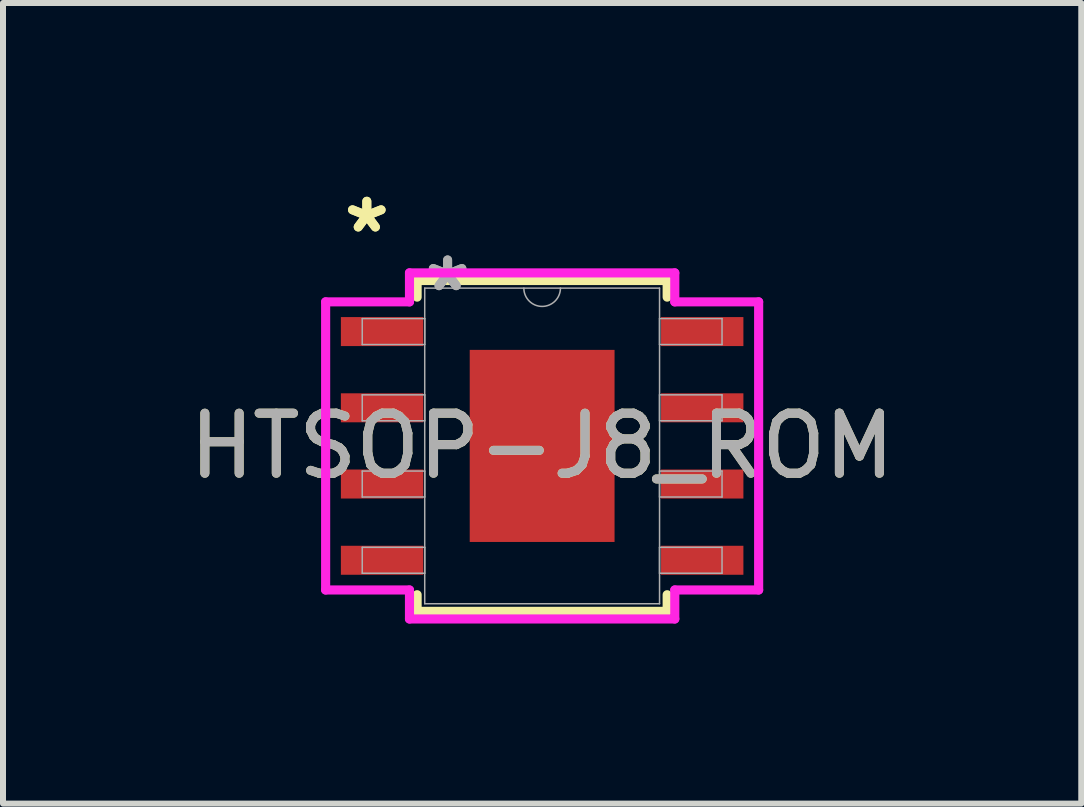
<source format=kicad_pcb>
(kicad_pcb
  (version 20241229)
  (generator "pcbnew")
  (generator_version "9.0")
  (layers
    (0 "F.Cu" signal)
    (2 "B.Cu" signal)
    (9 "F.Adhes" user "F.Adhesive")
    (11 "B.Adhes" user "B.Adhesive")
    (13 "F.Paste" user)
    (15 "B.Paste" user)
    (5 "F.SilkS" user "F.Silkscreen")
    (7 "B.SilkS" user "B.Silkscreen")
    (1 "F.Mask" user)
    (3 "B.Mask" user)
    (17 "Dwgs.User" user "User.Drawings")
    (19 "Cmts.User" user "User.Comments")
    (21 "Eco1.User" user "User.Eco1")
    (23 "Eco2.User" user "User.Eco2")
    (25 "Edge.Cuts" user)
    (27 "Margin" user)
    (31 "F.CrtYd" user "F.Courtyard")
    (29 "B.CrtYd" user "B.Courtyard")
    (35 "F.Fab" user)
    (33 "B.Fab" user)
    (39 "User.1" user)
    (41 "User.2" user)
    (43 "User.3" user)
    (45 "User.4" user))
  (footprint "HTSOP-J8_ROM"
    (layer "F.Cu")
    (at 5.982 4.379)
    (property "Reference" "HTSOP-J8_ROM" (at 0 0 0) (unlocked yes) (layer "F.SilkS") (effects (font (size 1 1) (thickness 0.15))))
    (attr smd)
    (fp_line (start -2.083 -2.756) (end -2.083 -2.479) (stroke (width 0.152) (type solid)) (layer "F.SilkS"))
    (fp_line (start -2.083 2.479) (end -2.083 2.756) (stroke (width 0.152) (type solid)) (layer "F.SilkS"))
    (fp_line (start -2.083 2.756) (end 2.083 2.756) (stroke (width 0.152) (type solid)) (layer "F.SilkS"))
    (fp_line (start 2.083 -2.756) (end -2.083 -2.756) (stroke (width 0.152) (type solid)) (layer "F.SilkS"))
    (fp_line (start 2.083 -2.479) (end 2.083 -2.756) (stroke (width 0.152) (type solid)) (layer "F.SilkS"))
    (fp_line (start 2.083 2.756) (end 2.083 2.479) (stroke (width 0.152) (type solid)) (layer "F.SilkS"))
    (fp_poly (pts (xy -1.107 -1.5) (xy -1.107 -0.1) (xy 1.107 -0.1) (xy 1.107 -1.5)) (stroke (width 0) (type solid)) (fill yes) (layer "F.Paste"))
    (fp_poly (pts (xy -1.107 0.1) (xy -1.107 1.5) (xy 1.107 1.5) (xy 1.107 0.1)) (stroke (width 0) (type solid)) (fill yes) (layer "F.Paste"))
    (fp_line (start -3.607 -2.4) (end -2.21 -2.4) (stroke (width 0.152) (type solid)) (layer "F.CrtYd"))
    (fp_line (start -3.607 2.4) (end -3.607 -2.4) (stroke (width 0.152) (type solid)) (layer "F.CrtYd"))
    (fp_line (start -3.607 2.4) (end -2.21 2.4) (stroke (width 0.152) (type solid)) (layer "F.CrtYd"))
    (fp_line (start -2.21 -2.883) (end 2.21 -2.883) (stroke (width 0.152) (type solid)) (layer "F.CrtYd"))
    (fp_line (start -2.21 -2.4) (end -2.21 -2.883) (stroke (width 0.152) (type solid)) (layer "F.CrtYd"))
    (fp_line (start -2.21 2.883) (end -2.21 2.4) (stroke (width 0.152) (type solid)) (layer "F.CrtYd"))
    (fp_line (start 2.21 -2.883) (end 2.21 -2.4) (stroke (width 0.152) (type solid)) (layer "F.CrtYd"))
    (fp_line (start 2.21 2.4) (end 2.21 2.883) (stroke (width 0.152) (type solid)) (layer "F.CrtYd"))
    (fp_line (start 2.21 2.883) (end -2.21 2.883) (stroke (width 0.152) (type solid)) (layer "F.CrtYd"))
    (fp_line (start 3.607 -2.4) (end 2.21 -2.4) (stroke (width 0.152) (type solid)) (layer "F.CrtYd"))
    (fp_line (start 3.607 -2.4) (end 3.607 2.4) (stroke (width 0.152) (type solid)) (layer "F.CrtYd"))
    (fp_line (start 3.607 2.4) (end 2.21 2.4) (stroke (width 0.152) (type solid)) (layer "F.CrtYd"))
    (fp_line (start -2.997 -2.121) (end -2.997 -1.689) (stroke (width 0.025) (type solid)) (layer "F.Fab"))
    (fp_line (start -2.997 -1.689) (end -1.956 -1.689) (stroke (width 0.025) (type solid)) (layer "F.Fab"))
    (fp_line (start -2.997 -0.851) (end -2.997 -0.419) (stroke (width 0.025) (type solid)) (layer "F.Fab"))
    (fp_line (start -2.997 -0.419) (end -1.956 -0.419) (stroke (width 0.025) (type solid)) (layer "F.Fab"))
    (fp_line (start -2.997 0.419) (end -2.997 0.851) (stroke (width 0.025) (type solid)) (layer "F.Fab"))
    (fp_line (start -2.997 0.851) (end -1.956 0.851) (stroke (width 0.025) (type solid)) (layer "F.Fab"))
    (fp_line (start -2.997 1.689) (end -2.997 2.121) (stroke (width 0.025) (type solid)) (layer "F.Fab"))
    (fp_line (start -2.997 2.121) (end -1.956 2.121) (stroke (width 0.025) (type solid)) (layer "F.Fab"))
    (fp_line (start -1.956 -2.629) (end -1.956 2.629) (stroke (width 0.025) (type solid)) (layer "F.Fab"))
    (fp_line (start -1.956 -2.121) (end -2.997 -2.121) (stroke (width 0.025) (type solid)) (layer "F.Fab"))
    (fp_line (start -1.956 -1.689) (end -1.956 -2.121) (stroke (width 0.025) (type solid)) (layer "F.Fab"))
    (fp_line (start -1.956 -0.851) (end -2.997 -0.851) (stroke (width 0.025) (type solid)) (layer "F.Fab"))
    (fp_line (start -1.956 -0.419) (end -1.956 -0.851) (stroke (width 0.025) (type solid)) (layer "F.Fab"))
    (fp_line (start -1.956 0.419) (end -2.997 0.419) (stroke (width 0.025) (type solid)) (layer "F.Fab"))
    (fp_line (start -1.956 0.851) (end -1.956 0.419) (stroke (width 0.025) (type solid)) (layer "F.Fab"))
    (fp_line (start -1.956 1.689) (end -2.997 1.689) (stroke (width 0.025) (type solid)) (layer "F.Fab"))
    (fp_line (start -1.956 2.121) (end -1.956 1.689) (stroke (width 0.025) (type solid)) (layer "F.Fab"))
    (fp_line (start -1.956 2.629) (end 1.956 2.629) (stroke (width 0.025) (type solid)) (layer "F.Fab"))
    (fp_line (start 1.956 -2.629) (end -1.956 -2.629) (stroke (width 0.025) (type solid)) (layer "F.Fab"))
    (fp_line (start 1.956 -2.121) (end 1.956 -1.689) (stroke (width 0.025) (type solid)) (layer "F.Fab"))
    (fp_line (start 1.956 -1.689) (end 2.997 -1.689) (stroke (width 0.025) (type solid)) (layer "F.Fab"))
    (fp_line (start 1.956 -0.851) (end 1.956 -0.419) (stroke (width 0.025) (type solid)) (layer "F.Fab"))
    (fp_line (start 1.956 -0.419) (end 2.997 -0.419) (stroke (width 0.025) (type solid)) (layer "F.Fab"))
    (fp_line (start 1.956 0.419) (end 1.956 0.851) (stroke (width 0.025) (type solid)) (layer "F.Fab"))
    (fp_line (start 1.956 0.851) (end 2.997 0.851) (stroke (width 0.025) (type solid)) (layer "F.Fab"))
    (fp_line (start 1.956 1.689) (end 1.956 2.121) (stroke (width 0.025) (type solid)) (layer "F.Fab"))
    (fp_line (start 1.956 2.121) (end 2.997 2.121) (stroke (width 0.025) (type solid)) (layer "F.Fab"))
    (fp_line (start 1.956 2.629) (end 1.956 -2.629) (stroke (width 0.025) (type solid)) (layer "F.Fab"))
    (fp_line (start 2.997 -2.121) (end 1.956 -2.121) (stroke (width 0.025) (type solid)) (layer "F.Fab"))
    (fp_line (start 2.997 -1.689) (end 2.997 -2.121) (stroke (width 0.025) (type solid)) (layer "F.Fab"))
    (fp_line (start 2.997 -0.851) (end 1.956 -0.851) (stroke (width 0.025) (type solid)) (layer "F.Fab"))
    (fp_line (start 2.997 -0.419) (end 2.997 -0.851) (stroke (width 0.025) (type solid)) (layer "F.Fab"))
    (fp_line (start 2.997 0.419) (end 1.956 0.419) (stroke (width 0.025) (type solid)) (layer "F.Fab"))
    (fp_line (start 2.997 0.851) (end 2.997 0.419) (stroke (width 0.025) (type solid)) (layer "F.Fab"))
    (fp_line (start 2.997 1.689) (end 1.956 1.689) (stroke (width 0.025) (type solid)) (layer "F.Fab"))
    (fp_line (start 2.997 2.121) (end 2.997 1.689) (stroke (width 0.025) (type solid)) (layer "F.Fab"))
    (fp_arc (start 0.3048 -2.6289) (mid 0 -2.3241) (end -0.3048 -2.6289) (stroke (width 0.0254) (type solid)) (layer "F.Fab"))
    (fp_text user "*" (at -2.921 -3.531 0) (unlocked yes) (layer "F.SilkS") (effects (font (size 1 1) (thickness 0.15))))
    (fp_text user "*" (at -2.921 -3.531 0) (layer "F.SilkS") (effects (font (size 1 1) (thickness 0.15))))
    (fp_text user "*" (at -1.575 -2.553 0) (layer "F.Fab") (effects (font (size 1 1) (thickness 0.15))))
    (fp_text user "*" (at -1.575 -2.553 0) (unlocked yes) (layer "F.Fab") (effects (font (size 1 1) (thickness 0.15))))
    (fp_text user "${REFERENCE}" (at 0 0 0) (unlocked yes) (layer "F.Fab") (effects (font (size 1 1) (thickness 0.15))))
    (pad "1" smd rect (at -2.667 -1.905) (size 1.372 0.483) (layers "F.Cu" "F.Mask" "F.Paste"))
    (pad "2" smd rect (at -2.667 -0.635) (size 1.372 0.483) (layers "F.Cu" "F.Mask" "F.Paste"))
    (pad "3" smd rect (at -2.667 0.635) (size 1.372 0.483) (layers "F.Cu" "F.Mask" "F.Paste"))
    (pad "4" smd rect (at -2.667 1.905) (size 1.372 0.483) (layers "F.Cu" "F.Mask" "F.Paste"))
    (pad "5" smd rect (at 2.667 1.905) (size 1.372 0.483) (layers "F.Cu" "F.Mask" "F.Paste"))
    (pad "6" smd rect (at 2.667 0.635) (size 1.372 0.483) (layers "F.Cu" "F.Mask" "F.Paste"))
    (pad "7" smd rect (at 2.667 -0.635) (size 1.372 0.483) (layers "F.Cu" "F.Mask" "F.Paste"))
    (pad "8" smd rect (at 2.667 -1.905) (size 1.372 0.483) (layers "F.Cu" "F.Mask" "F.Paste"))
    (pad "EPAD" smd rect (at 0 0) (size 2.413 3.2) (layers "F.Cu" "F.Mask")))
  (gr_rect
    (start -3 -3)
    (end 14.964 10.338)
    (stroke (width 0.1) (type default))
    (fill no)
    (layer "Edge.Cuts")))
</source>
